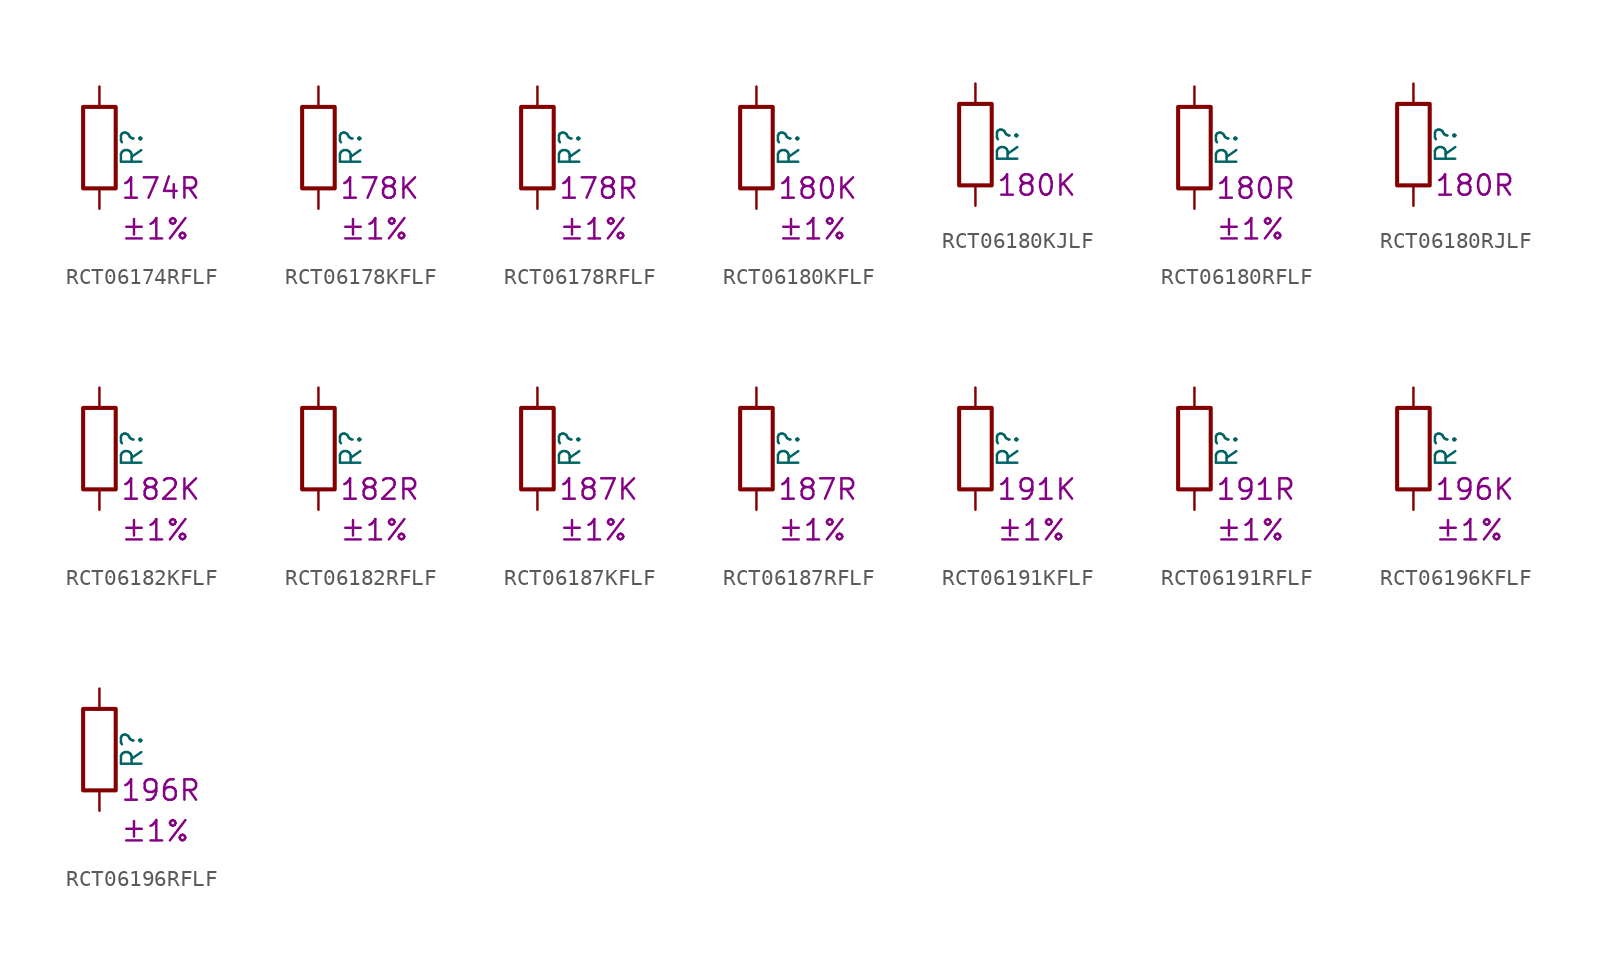
<source format=kicad_sym>
(kicad_symbol_lib
  (version 20220914)
  (generator kicad_symbol_editor)
  (symbol "RCT06174RFLF"
    (pin_numbers hide)
    (pin_names
      (offset 0))
    (property "Reference" "R"
      (at 2.032 0 90)
      (effects (font (size 1.27 1.27))))
    (property "Resistance" "174R"
      (at 1.27 -2.54 0)
      (effects (font (size 1.27 1.27)) (justify left)))
    (property "Tolerance" "±1%"
      (at 1.27 -5.08 0)
      (effects (font (size 1.27 1.27)) (justify left)))
    (symbol "RCT06174RFLF_0_1"
      (rectangle (start -1.016 -2.54) (end 1.016 2.54) (stroke (width 0.254) (type default)) (fill (type none))))
    (symbol "RCT06174RFLF_1_1"
      (pin passive line (at 0 3.81 270) (length 1.27) (name "~" (effects (font (size 1.27 1.27)))) (number "1" (effects (font (size 1.27 1.27)))))
      (pin passive line (at 0 -3.81 90) (length 1.27) (name "~" (effects (font (size 1.27 1.27)))) (number "2" (effects (font (size 1.27 1.27)))))))
  (symbol "RCT06178KFLF"
    (pin_numbers hide)
    (pin_names
      (offset 0))
    (property "Reference" "R"
      (at 2.032 0 90)
      (effects (font (size 1.27 1.27))))
    (property "Resistance" "178K"
      (at 1.27 -2.54 0)
      (effects (font (size 1.27 1.27)) (justify left)))
    (property "Tolerance" "±1%"
      (at 1.27 -5.08 0)
      (effects (font (size 1.27 1.27)) (justify left)))
    (symbol "RCT06178KFLF_0_1"
      (rectangle (start -1.016 -2.54) (end 1.016 2.54) (stroke (width 0.254) (type default)) (fill (type none))))
    (symbol "RCT06178KFLF_1_1"
      (pin passive line (at 0 3.81 270) (length 1.27) (name "~" (effects (font (size 1.27 1.27)))) (number "1" (effects (font (size 1.27 1.27)))))
      (pin passive line (at 0 -3.81 90) (length 1.27) (name "~" (effects (font (size 1.27 1.27)))) (number "2" (effects (font (size 1.27 1.27)))))))
  (symbol "RCT06178RFLF"
    (pin_numbers hide)
    (pin_names
      (offset 0))
    (property "Reference" "R"
      (at 2.032 0 90)
      (effects (font (size 1.27 1.27))))
    (property "Resistance" "178R"
      (at 1.27 -2.54 0)
      (effects (font (size 1.27 1.27)) (justify left)))
    (property "Tolerance" "±1%"
      (at 1.27 -5.08 0)
      (effects (font (size 1.27 1.27)) (justify left)))
    (symbol "RCT06178RFLF_0_1"
      (rectangle (start -1.016 -2.54) (end 1.016 2.54) (stroke (width 0.254) (type default)) (fill (type none))))
    (symbol "RCT06178RFLF_1_1"
      (pin passive line (at 0 3.81 270) (length 1.27) (name "~" (effects (font (size 1.27 1.27)))) (number "1" (effects (font (size 1.27 1.27)))))
      (pin passive line (at 0 -3.81 90) (length 1.27) (name "~" (effects (font (size 1.27 1.27)))) (number "2" (effects (font (size 1.27 1.27)))))))
  (symbol "RCT06180KFLF"
    (pin_numbers hide)
    (pin_names
      (offset 0))
    (property "Reference" "R"
      (at 2.032 0 90)
      (effects (font (size 1.27 1.27))))
    (property "Resistance" "180K"
      (at 1.27 -2.54 0)
      (effects (font (size 1.27 1.27)) (justify left)))
    (property "Tolerance" "±1%"
      (at 1.27 -5.08 0)
      (effects (font (size 1.27 1.27)) (justify left)))
    (symbol "RCT06180KFLF_0_1"
      (rectangle (start -1.016 -2.54) (end 1.016 2.54) (stroke (width 0.254) (type default)) (fill (type none))))
    (symbol "RCT06180KFLF_1_1"
      (pin passive line (at 0 3.81 270) (length 1.27) (name "~" (effects (font (size 1.27 1.27)))) (number "1" (effects (font (size 1.27 1.27)))))
      (pin passive line (at 0 -3.81 90) (length 1.27) (name "~" (effects (font (size 1.27 1.27)))) (number "2" (effects (font (size 1.27 1.27)))))))
  (symbol "RCT06180KJLF"
    (pin_numbers hide)
    (pin_names
      (offset 0))
    (property "Reference" "R"
      (at 2.032 0 90)
      (effects (font (size 1.27 1.27))))
    (property "Resistance" "180K"
      (at 1.27 -2.54 0)
      (effects (font (size 1.27 1.27)) (justify left)))
    (symbol "RCT06180KJLF_0_1"
      (rectangle (start -1.016 -2.54) (end 1.016 2.54) (stroke (width 0.254) (type default)) (fill (type none))))
    (symbol "RCT06180KJLF_1_1"
      (pin passive line (at 0 3.81 270) (length 1.27) (name "~" (effects (font (size 1.27 1.27)))) (number "1" (effects (font (size 1.27 1.27)))))
      (pin passive line (at 0 -3.81 90) (length 1.27) (name "~" (effects (font (size 1.27 1.27)))) (number "2" (effects (font (size 1.27 1.27)))))))
  (symbol "RCT06180RFLF"
    (pin_numbers hide)
    (pin_names
      (offset 0))
    (property "Reference" "R"
      (at 2.032 0 90)
      (effects (font (size 1.27 1.27))))
    (property "Resistance" "180R"
      (at 1.27 -2.54 0)
      (effects (font (size 1.27 1.27)) (justify left)))
    (property "Tolerance" "±1%"
      (at 1.27 -5.08 0)
      (effects (font (size 1.27 1.27)) (justify left)))
    (symbol "RCT06180RFLF_0_1"
      (rectangle (start -1.016 -2.54) (end 1.016 2.54) (stroke (width 0.254) (type default)) (fill (type none))))
    (symbol "RCT06180RFLF_1_1"
      (pin passive line (at 0 3.81 270) (length 1.27) (name "~" (effects (font (size 1.27 1.27)))) (number "1" (effects (font (size 1.27 1.27)))))
      (pin passive line (at 0 -3.81 90) (length 1.27) (name "~" (effects (font (size 1.27 1.27)))) (number "2" (effects (font (size 1.27 1.27)))))))
  (symbol "RCT06180RJLF"
    (pin_numbers hide)
    (pin_names
      (offset 0))
    (property "Reference" "R"
      (at 2.032 0 90)
      (effects (font (size 1.27 1.27))))
    (property "Resistance" "180R"
      (at 1.27 -2.54 0)
      (effects (font (size 1.27 1.27)) (justify left)))
    (symbol "RCT06180RJLF_0_1"
      (rectangle (start -1.016 -2.54) (end 1.016 2.54) (stroke (width 0.254) (type default)) (fill (type none))))
    (symbol "RCT06180RJLF_1_1"
      (pin passive line (at 0 3.81 270) (length 1.27) (name "~" (effects (font (size 1.27 1.27)))) (number "1" (effects (font (size 1.27 1.27)))))
      (pin passive line (at 0 -3.81 90) (length 1.27) (name "~" (effects (font (size 1.27 1.27)))) (number "2" (effects (font (size 1.27 1.27)))))))
  (symbol "RCT06182KFLF"
    (pin_numbers hide)
    (pin_names
      (offset 0))
    (property "Reference" "R"
      (at 2.032 0 90)
      (effects (font (size 1.27 1.27))))
    (property "Resistance" "182K"
      (at 1.27 -2.54 0)
      (effects (font (size 1.27 1.27)) (justify left)))
    (property "Tolerance" "±1%"
      (at 1.27 -5.08 0)
      (effects (font (size 1.27 1.27)) (justify left)))
    (symbol "RCT06182KFLF_0_1"
      (rectangle (start -1.016 -2.54) (end 1.016 2.54) (stroke (width 0.254) (type default)) (fill (type none))))
    (symbol "RCT06182KFLF_1_1"
      (pin passive line (at 0 3.81 270) (length 1.27) (name "~" (effects (font (size 1.27 1.27)))) (number "1" (effects (font (size 1.27 1.27)))))
      (pin passive line (at 0 -3.81 90) (length 1.27) (name "~" (effects (font (size 1.27 1.27)))) (number "2" (effects (font (size 1.27 1.27)))))))
  (symbol "RCT06182RFLF"
    (pin_numbers hide)
    (pin_names
      (offset 0))
    (property "Reference" "R"
      (at 2.032 0 90)
      (effects (font (size 1.27 1.27))))
    (property "Resistance" "182R"
      (at 1.27 -2.54 0)
      (effects (font (size 1.27 1.27)) (justify left)))
    (property "Tolerance" "±1%"
      (at 1.27 -5.08 0)
      (effects (font (size 1.27 1.27)) (justify left)))
    (symbol "RCT06182RFLF_0_1"
      (rectangle (start -1.016 -2.54) (end 1.016 2.54) (stroke (width 0.254) (type default)) (fill (type none))))
    (symbol "RCT06182RFLF_1_1"
      (pin passive line (at 0 3.81 270) (length 1.27) (name "~" (effects (font (size 1.27 1.27)))) (number "1" (effects (font (size 1.27 1.27)))))
      (pin passive line (at 0 -3.81 90) (length 1.27) (name "~" (effects (font (size 1.27 1.27)))) (number "2" (effects (font (size 1.27 1.27)))))))
  (symbol "RCT06187KFLF"
    (pin_numbers hide)
    (pin_names
      (offset 0))
    (property "Reference" "R"
      (at 2.032 0 90)
      (effects (font (size 1.27 1.27))))
    (property "Resistance" "187K"
      (at 1.27 -2.54 0)
      (effects (font (size 1.27 1.27)) (justify left)))
    (property "Tolerance" "±1%"
      (at 1.27 -5.08 0)
      (effects (font (size 1.27 1.27)) (justify left)))
    (symbol "RCT06187KFLF_0_1"
      (rectangle (start -1.016 -2.54) (end 1.016 2.54) (stroke (width 0.254) (type default)) (fill (type none))))
    (symbol "RCT06187KFLF_1_1"
      (pin passive line (at 0 3.81 270) (length 1.27) (name "~" (effects (font (size 1.27 1.27)))) (number "1" (effects (font (size 1.27 1.27)))))
      (pin passive line (at 0 -3.81 90) (length 1.27) (name "~" (effects (font (size 1.27 1.27)))) (number "2" (effects (font (size 1.27 1.27)))))))
  (symbol "RCT06187RFLF"
    (pin_numbers hide)
    (pin_names
      (offset 0))
    (property "Reference" "R"
      (at 2.032 0 90)
      (effects (font (size 1.27 1.27))))
    (property "Resistance" "187R"
      (at 1.27 -2.54 0)
      (effects (font (size 1.27 1.27)) (justify left)))
    (property "Tolerance" "±1%"
      (at 1.27 -5.08 0)
      (effects (font (size 1.27 1.27)) (justify left)))
    (symbol "RCT06187RFLF_0_1"
      (rectangle (start -1.016 -2.54) (end 1.016 2.54) (stroke (width 0.254) (type default)) (fill (type none))))
    (symbol "RCT06187RFLF_1_1"
      (pin passive line (at 0 3.81 270) (length 1.27) (name "~" (effects (font (size 1.27 1.27)))) (number "1" (effects (font (size 1.27 1.27)))))
      (pin passive line (at 0 -3.81 90) (length 1.27) (name "~" (effects (font (size 1.27 1.27)))) (number "2" (effects (font (size 1.27 1.27)))))))
  (symbol "RCT06191KFLF"
    (pin_numbers hide)
    (pin_names
      (offset 0))
    (property "Reference" "R"
      (at 2.032 0 90)
      (effects (font (size 1.27 1.27))))
    (property "Resistance" "191K"
      (at 1.27 -2.54 0)
      (effects (font (size 1.27 1.27)) (justify left)))
    (property "Tolerance" "±1%"
      (at 1.27 -5.08 0)
      (effects (font (size 1.27 1.27)) (justify left)))
    (symbol "RCT06191KFLF_0_1"
      (rectangle (start -1.016 -2.54) (end 1.016 2.54) (stroke (width 0.254) (type default)) (fill (type none))))
    (symbol "RCT06191KFLF_1_1"
      (pin passive line (at 0 3.81 270) (length 1.27) (name "~" (effects (font (size 1.27 1.27)))) (number "1" (effects (font (size 1.27 1.27)))))
      (pin passive line (at 0 -3.81 90) (length 1.27) (name "~" (effects (font (size 1.27 1.27)))) (number "2" (effects (font (size 1.27 1.27)))))))
  (symbol "RCT06191RFLF"
    (pin_numbers hide)
    (pin_names
      (offset 0))
    (property "Reference" "R"
      (at 2.032 0 90)
      (effects (font (size 1.27 1.27))))
    (property "Resistance" "191R"
      (at 1.27 -2.54 0)
      (effects (font (size 1.27 1.27)) (justify left)))
    (property "Tolerance" "±1%"
      (at 1.27 -5.08 0)
      (effects (font (size 1.27 1.27)) (justify left)))
    (symbol "RCT06191RFLF_0_1"
      (rectangle (start -1.016 -2.54) (end 1.016 2.54) (stroke (width 0.254) (type default)) (fill (type none))))
    (symbol "RCT06191RFLF_1_1"
      (pin passive line (at 0 3.81 270) (length 1.27) (name "~" (effects (font (size 1.27 1.27)))) (number "1" (effects (font (size 1.27 1.27)))))
      (pin passive line (at 0 -3.81 90) (length 1.27) (name "~" (effects (font (size 1.27 1.27)))) (number "2" (effects (font (size 1.27 1.27)))))))
  (symbol "RCT06196KFLF"
    (pin_numbers hide)
    (pin_names
      (offset 0))
    (property "Reference" "R"
      (at 2.032 0 90)
      (effects (font (size 1.27 1.27))))
    (property "Resistance" "196K"
      (at 1.27 -2.54 0)
      (effects (font (size 1.27 1.27)) (justify left)))
    (property "Tolerance" "±1%"
      (at 1.27 -5.08 0)
      (effects (font (size 1.27 1.27)) (justify left)))
    (symbol "RCT06196KFLF_0_1"
      (rectangle (start -1.016 -2.54) (end 1.016 2.54) (stroke (width 0.254) (type default)) (fill (type none))))
    (symbol "RCT06196KFLF_1_1"
      (pin passive line (at 0 3.81 270) (length 1.27) (name "~" (effects (font (size 1.27 1.27)))) (number "1" (effects (font (size 1.27 1.27)))))
      (pin passive line (at 0 -3.81 90) (length 1.27) (name "~" (effects (font (size 1.27 1.27)))) (number "2" (effects (font (size 1.27 1.27)))))))
  (symbol "RCT06196RFLF"
    (pin_numbers hide)
    (pin_names
      (offset 0))
    (property "Reference" "R"
      (at 2.032 0 90)
      (effects (font (size 1.27 1.27))))
    (property "Resistance" "196R"
      (at 1.27 -2.54 0)
      (effects (font (size 1.27 1.27)) (justify left)))
    (property "Tolerance" "±1%"
      (at 1.27 -5.08 0)
      (effects (font (size 1.27 1.27)) (justify left)))
    (symbol "RCT06196RFLF_0_1"
      (rectangle (start -1.016 -2.54) (end 1.016 2.54) (stroke (width 0.254) (type default)) (fill (type none))))
    (symbol "RCT06196RFLF_1_1"
      (pin passive line (at 0 3.81 270) (length 1.27) (name "~" (effects (font (size 1.27 1.27)))) (number "1" (effects (font (size 1.27 1.27)))))
      (pin passive line (at 0 -3.81 90) (length 1.27) (name "~" (effects (font (size 1.27 1.27)))) (number "2" (effects (font (size 1.27 1.27))))))))
</source>
